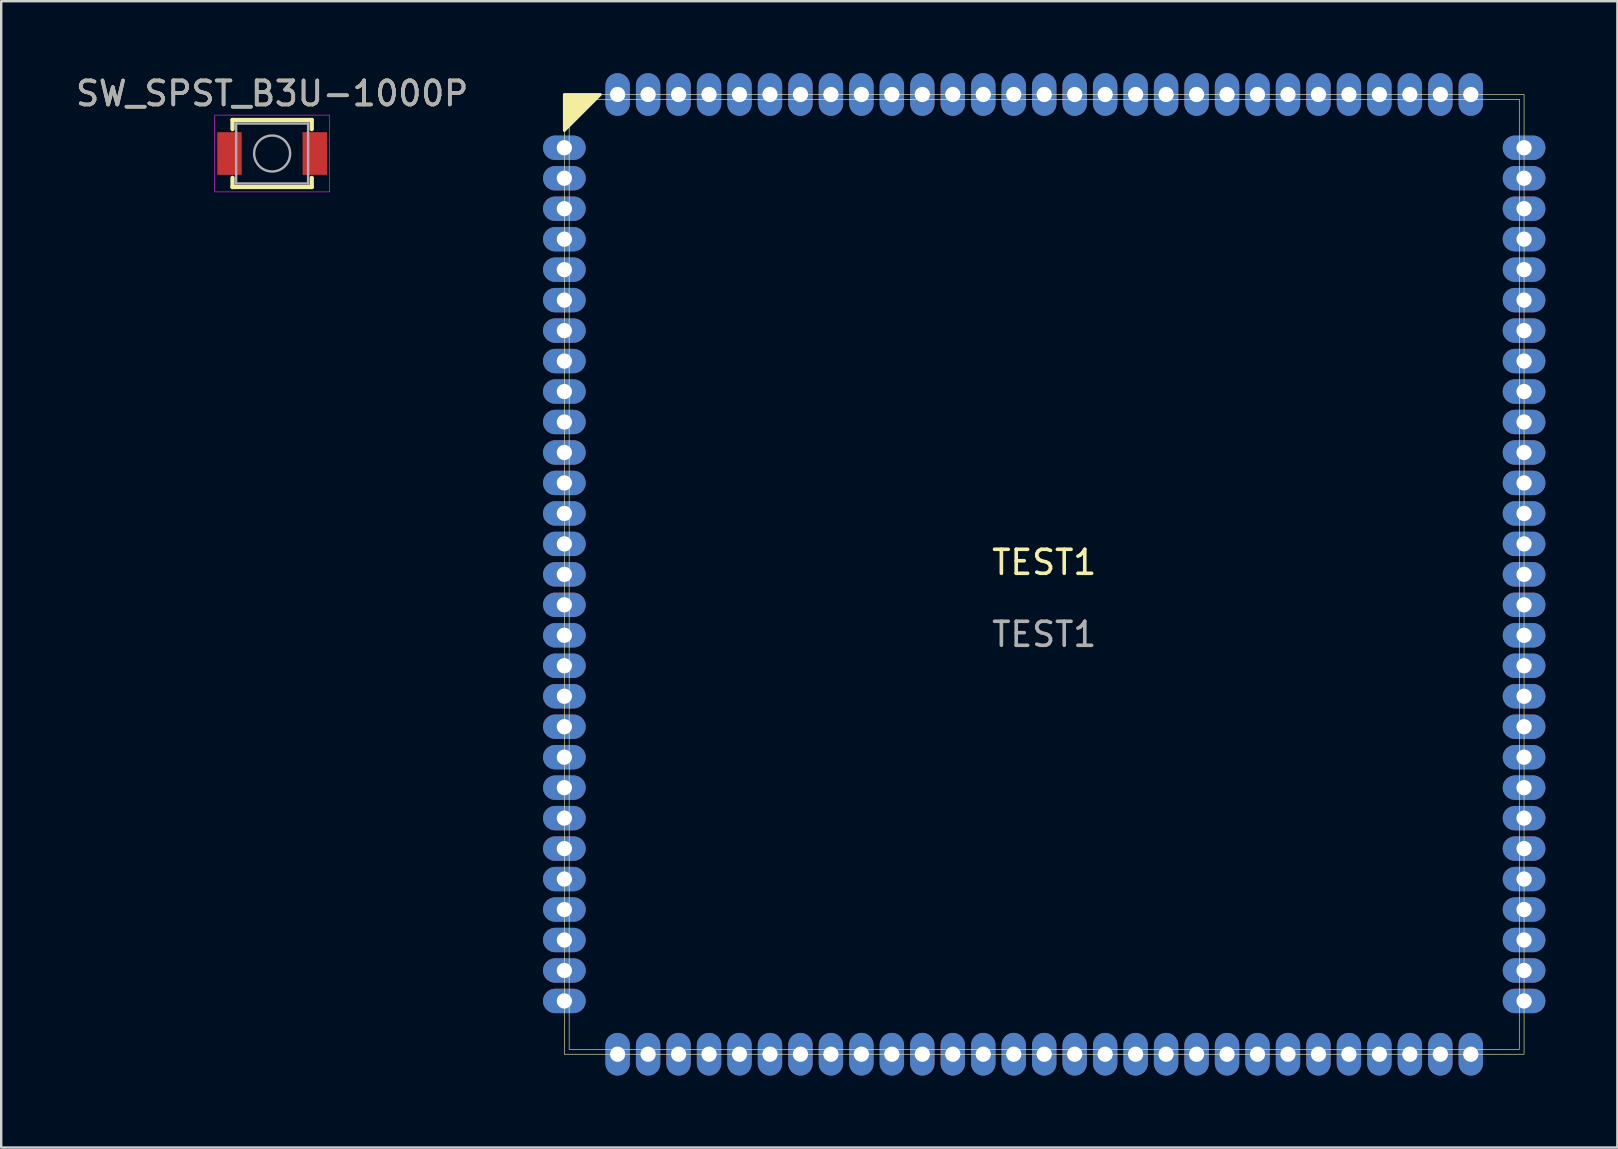
<source format=kicad_pcb>
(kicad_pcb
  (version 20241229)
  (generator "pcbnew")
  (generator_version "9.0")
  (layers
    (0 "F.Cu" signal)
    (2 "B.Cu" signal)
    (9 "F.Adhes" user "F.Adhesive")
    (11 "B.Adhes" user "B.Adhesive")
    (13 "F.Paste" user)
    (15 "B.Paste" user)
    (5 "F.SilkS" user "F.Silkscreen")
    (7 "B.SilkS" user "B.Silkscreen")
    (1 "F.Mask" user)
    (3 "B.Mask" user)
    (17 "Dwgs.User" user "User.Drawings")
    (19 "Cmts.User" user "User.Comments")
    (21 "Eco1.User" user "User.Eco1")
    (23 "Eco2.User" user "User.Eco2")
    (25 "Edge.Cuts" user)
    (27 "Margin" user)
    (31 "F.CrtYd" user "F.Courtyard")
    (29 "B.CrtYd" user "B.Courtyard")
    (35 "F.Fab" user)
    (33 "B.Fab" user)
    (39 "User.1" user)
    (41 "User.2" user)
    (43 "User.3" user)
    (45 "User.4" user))
  (footprint "SW_SPST_B3U-1000P"
    (layer "F.Cu")
    (at 8.292 3.348)
    (property "Reference" "SW_SPST_B3U-1000P" (at 0 -2.5 0) (layer "F.SilkS") (effects (font (size 1 1) (thickness 0.15))))
    (attr smd)
    (fp_line (start -1.651 -1.397) (end 1.651 -1.397) (stroke (width 0.178) (type solid)) (layer "F.SilkS"))
    (fp_line (start -1.651 -1.016) (end -1.651 -1.397) (stroke (width 0.178) (type solid)) (layer "F.SilkS"))
    (fp_line (start -1.651 1.397) (end -1.651 1.016) (stroke (width 0.178) (type solid)) (layer "F.SilkS"))
    (fp_line (start 1.651 -1.397) (end 1.651 -1.016) (stroke (width 0.178) (type solid)) (layer "F.SilkS"))
    (fp_line (start 1.651 1.016) (end 1.651 1.397) (stroke (width 0.178) (type solid)) (layer "F.SilkS"))
    (fp_line (start 1.651 1.397) (end -1.651 1.397) (stroke (width 0.178) (type solid)) (layer "F.SilkS"))
    (fp_rect (start -2.4 -1.6) (end 2.4 1.6) (stroke (width 0.025) (type solid)) (fill no) (layer "F.CrtYd"))
    (fp_line (start -1.5 -1.25) (end 1.5 -1.25) (stroke (width 0.1) (type solid)) (layer "F.Fab"))
    (fp_line (start -1.5 1.25) (end -1.5 -1.25) (stroke (width 0.1) (type solid)) (layer "F.Fab"))
    (fp_line (start 1.5 -1.25) (end 1.5 1.25) (stroke (width 0.1) (type solid)) (layer "F.Fab"))
    (fp_line (start 1.5 1.25) (end -1.5 1.25) (stroke (width 0.1) (type solid)) (layer "F.Fab"))
    (fp_circle (center 0 0) (end 0.75 0) (stroke (width 0.1) (type solid)) (fill no) (layer "F.Fab"))
    (fp_text user "${REFERENCE}" (at 0 -2.5 0) (layer "F.Fab") (effects (font (size 1 1) (thickness 0.15))))
    (pad "1" smd rect (at -1.778 0) (size 1.016 1.778) (layers "F.Cu" "F.Mask" "F.Paste"))
    (pad "2" smd rect (at 1.778 0) (size 1.016 1.778) (layers "F.Cu" "F.Mask" "F.Paste")))
  (footprint "TEST1"
    (layer "F.Cu")
    (at 40.472 20.889)
    (property "Reference" "TEST1" (at 0 -0.5 0) (unlocked yes) (layer "F.SilkS") (effects (font (size 1 1) (thickness 0.15))))
    (attr smd)
    (fp_rect (start -20 -20) (end 20 20) (stroke (width 0.025) (type solid)) (fill no) (layer "F.SilkS"))
    (fp_rect (start -19.8 -19.8) (end 19.8 19.8) (stroke (width 0.025) (type solid)) (fill no) (layer "F.SilkS"))
    (fp_poly (pts (xy -20 -18.5) (xy -20 -20) (xy -18.5 -20)) (stroke (width 0.12) (type solid)) (fill yes) (layer "F.SilkS"))
    (fp_text user "${REFERENCE}" (at 0 2.5 0) (unlocked yes) (layer "F.Fab") (effects (font (size 1 1) (thickness 0.15))))
    (pad "1" thru_hole oval (at -20 -17.78) (size 1.778 1.016) (drill 0.635) (layers "*.Cu" "*.Mask"))
    (pad "2" thru_hole oval (at -20 -16.51) (size 1.778 1.016) (drill 0.635) (layers "*.Cu" "*.Mask"))
    (pad "3" thru_hole oval (at -20 -15.24) (size 1.778 1.016) (drill 0.635) (layers "*.Cu" "*.Mask"))
    (pad "4" thru_hole oval (at -20 -13.97) (size 1.778 1.016) (drill 0.635) (layers "*.Cu" "*.Mask"))
    (pad "5" thru_hole oval (at -20 -12.7) (size 1.778 1.016) (drill 0.635) (layers "*.Cu" "*.Mask"))
    (pad "6" thru_hole oval (at -20 -11.43) (size 1.778 1.016) (drill 0.635) (layers "*.Cu" "*.Mask"))
    (pad "7" thru_hole oval (at -20 -10.16) (size 1.778 1.016) (drill 0.635) (layers "*.Cu" "*.Mask"))
    (pad "8" thru_hole oval (at -20 -8.89) (size 1.778 1.016) (drill 0.635) (layers "*.Cu" "*.Mask"))
    (pad "9" thru_hole oval (at -20 -7.62) (size 1.778 1.016) (drill 0.635) (layers "*.Cu" "*.Mask"))
    (pad "10" thru_hole oval (at -20 -6.35) (size 1.778 1.016) (drill 0.635) (layers "*.Cu" "*.Mask"))
    (pad "11" thru_hole oval (at -20 -5.08) (size 1.778 1.016) (drill 0.635) (layers "*.Cu" "*.Mask"))
    (pad "12" thru_hole oval (at -20 -3.81) (size 1.778 1.016) (drill 0.635) (layers "*.Cu" "*.Mask"))
    (pad "13" thru_hole oval (at -20 -2.54) (size 1.778 1.016) (drill 0.635) (layers "*.Cu" "*.Mask"))
    (pad "14" thru_hole oval (at -20 -1.27) (size 1.778 1.016) (drill 0.635) (layers "*.Cu" "*.Mask"))
    (pad "15" thru_hole oval (at -20 0) (size 1.778 1.016) (drill 0.635) (layers "*.Cu" "*.Mask"))
    (pad "16" thru_hole oval (at -20 1.27) (size 1.778 1.016) (drill 0.635) (layers "*.Cu" "*.Mask"))
    (pad "17" thru_hole oval (at -20 2.54) (size 1.778 1.016) (drill 0.635) (layers "*.Cu" "*.Mask"))
    (pad "18" thru_hole oval (at -20 3.81) (size 1.778 1.016) (drill 0.635) (layers "*.Cu" "*.Mask"))
    (pad "19" thru_hole oval (at -20 5.08) (size 1.778 1.016) (drill 0.635) (layers "*.Cu" "*.Mask"))
    (pad "20" thru_hole oval (at -20 6.35) (size 1.778 1.016) (drill 0.635) (layers "*.Cu" "*.Mask"))
    (pad "21" thru_hole oval (at -20 7.62) (size 1.778 1.016) (drill 0.635) (layers "*.Cu" "*.Mask"))
    (pad "22" thru_hole oval (at -20 8.89) (size 1.778 1.016) (drill 0.635) (layers "*.Cu" "*.Mask"))
    (pad "23" thru_hole oval (at -20 10.16) (size 1.778 1.016) (drill 0.635) (layers "*.Cu" "*.Mask"))
    (pad "24" thru_hole oval (at -20 11.43) (size 1.778 1.016) (drill 0.635) (layers "*.Cu" "*.Mask"))
    (pad "25" thru_hole oval (at -20 12.7) (size 1.778 1.016) (drill 0.635) (layers "*.Cu" "*.Mask"))
    (pad "26" thru_hole oval (at -20 13.97) (size 1.778 1.016) (drill 0.635) (layers "*.Cu" "*.Mask"))
    (pad "27" thru_hole oval (at -20 15.24) (size 1.778 1.016) (drill 0.635) (layers "*.Cu" "*.Mask"))
    (pad "28" thru_hole oval (at -20 16.51) (size 1.778 1.016) (drill 0.635) (layers "*.Cu" "*.Mask"))
    (pad "29" thru_hole oval (at -20 17.78) (size 1.778 1.016) (drill 0.635) (layers "*.Cu" "*.Mask"))
    (pad "30" thru_hole oval (at -17.78 20 90) (size 1.778 1.016) (drill 0.635) (layers "*.Cu" "*.Mask"))
    (pad "31" thru_hole oval (at -16.51 20 90) (size 1.778 1.016) (drill 0.635) (layers "*.Cu" "*.Mask"))
    (pad "32" thru_hole oval (at -15.24 20 90) (size 1.778 1.016) (drill 0.635) (layers "*.Cu" "*.Mask"))
    (pad "33" thru_hole oval (at -13.97 20 90) (size 1.778 1.016) (drill 0.635) (layers "*.Cu" "*.Mask"))
    (pad "34" thru_hole oval (at -12.7 20 90) (size 1.778 1.016) (drill 0.635) (layers "*.Cu" "*.Mask"))
    (pad "35" thru_hole oval (at -11.43 20 90) (size 1.778 1.016) (drill 0.635) (layers "*.Cu" "*.Mask"))
    (pad "36" thru_hole oval (at -10.16 20 90) (size 1.778 1.016) (drill 0.635) (layers "*.Cu" "*.Mask"))
    (pad "37" thru_hole oval (at -8.89 20 90) (size 1.778 1.016) (drill 0.635) (layers "*.Cu" "*.Mask"))
    (pad "38" thru_hole oval (at -7.62 20 90) (size 1.778 1.016) (drill 0.635) (layers "*.Cu" "*.Mask"))
    (pad "39" thru_hole oval (at -6.35 20 90) (size 1.778 1.016) (drill 0.635) (layers "*.Cu" "*.Mask"))
    (pad "40" thru_hole oval (at -5.08 20 90) (size 1.778 1.016) (drill 0.635) (layers "*.Cu" "*.Mask"))
    (pad "41" thru_hole oval (at -3.81 20 90) (size 1.778 1.016) (drill 0.635) (layers "*.Cu" "*.Mask"))
    (pad "42" thru_hole oval (at -2.54 20 90) (size 1.778 1.016) (drill 0.635) (layers "*.Cu" "*.Mask"))
    (pad "43" thru_hole oval (at -1.27 20 90) (size 1.778 1.016) (drill 0.635) (layers "*.Cu" "*.Mask"))
    (pad "44" thru_hole oval (at 0 20 90) (size 1.778 1.016) (drill 0.635) (layers "*.Cu" "*.Mask"))
    (pad "45" thru_hole oval (at 1.27 20 90) (size 1.778 1.016) (drill 0.635) (layers "*.Cu" "*.Mask"))
    (pad "46" thru_hole oval (at 2.54 20 90) (size 1.778 1.016) (drill 0.635) (layers "*.Cu" "*.Mask"))
    (pad "47" thru_hole oval (at 3.81 20 90) (size 1.778 1.016) (drill 0.635) (layers "*.Cu" "*.Mask"))
    (pad "48" thru_hole oval (at 5.08 20 90) (size 1.778 1.016) (drill 0.635) (layers "*.Cu" "*.Mask"))
    (pad "49" thru_hole oval (at 6.35 20 90) (size 1.778 1.016) (drill 0.635) (layers "*.Cu" "*.Mask"))
    (pad "50" thru_hole oval (at 7.62 20 90) (size 1.778 1.016) (drill 0.635) (layers "*.Cu" "*.Mask"))
    (pad "51" thru_hole oval (at 8.89 20 90) (size 1.778 1.016) (drill 0.635) (layers "*.Cu" "*.Mask"))
    (pad "52" thru_hole oval (at 10.16 20 90) (size 1.778 1.016) (drill 0.635) (layers "*.Cu" "*.Mask"))
    (pad "53" thru_hole oval (at 11.43 20 90) (size 1.778 1.016) (drill 0.635) (layers "*.Cu" "*.Mask"))
    (pad "54" thru_hole oval (at 12.7 20 90) (size 1.778 1.016) (drill 0.635) (layers "*.Cu" "*.Mask"))
    (pad "55" thru_hole oval (at 13.97 20 90) (size 1.778 1.016) (drill 0.635) (layers "*.Cu" "*.Mask"))
    (pad "56" thru_hole oval (at 15.24 20 90) (size 1.778 1.016) (drill 0.635) (layers "*.Cu" "*.Mask"))
    (pad "57" thru_hole oval (at 16.51 20 90) (size 1.778 1.016) (drill 0.635) (layers "*.Cu" "*.Mask"))
    (pad "58" thru_hole oval (at 17.78 20 90) (size 1.778 1.016) (drill 0.635) (layers "*.Cu" "*.Mask"))
    (pad "59" thru_hole oval (at 20 17.78) (size 1.778 1.016) (drill 0.635) (layers "*.Cu" "*.Mask"))
    (pad "60" thru_hole oval (at 20 16.51) (size 1.778 1.016) (drill 0.635) (layers "*.Cu" "*.Mask"))
    (pad "61" thru_hole oval (at 20 15.24) (size 1.778 1.016) (drill 0.635) (layers "*.Cu" "*.Mask"))
    (pad "62" thru_hole oval (at 20 13.97) (size 1.778 1.016) (drill 0.635) (layers "*.Cu" "*.Mask"))
    (pad "63" thru_hole oval (at 20 12.7) (size 1.778 1.016) (drill 0.635) (layers "*.Cu" "*.Mask"))
    (pad "64" thru_hole oval (at 20 11.43) (size 1.778 1.016) (drill 0.635) (layers "*.Cu" "*.Mask"))
    (pad "65" thru_hole oval (at 20 10.16) (size 1.778 1.016) (drill 0.635) (layers "*.Cu" "*.Mask"))
    (pad "66" thru_hole oval (at 20 8.89) (size 1.778 1.016) (drill 0.635) (layers "*.Cu" "*.Mask"))
    (pad "67" thru_hole oval (at 20 7.62) (size 1.778 1.016) (drill 0.635) (layers "*.Cu" "*.Mask"))
    (pad "68" thru_hole oval (at 20 6.35) (size 1.778 1.016) (drill 0.635) (layers "*.Cu" "*.Mask"))
    (pad "69" thru_hole oval (at 20 5.08) (size 1.778 1.016) (drill 0.635) (layers "*.Cu" "*.Mask"))
    (pad "70" thru_hole oval (at 20 3.81) (size 1.778 1.016) (drill 0.635) (layers "*.Cu" "*.Mask"))
    (pad "71" thru_hole oval (at 20 2.54) (size 1.778 1.016) (drill 0.635) (layers "*.Cu" "*.Mask"))
    (pad "72" thru_hole oval (at 20 1.27) (size 1.778 1.016) (drill 0.635) (layers "*.Cu" "*.Mask"))
    (pad "73" thru_hole oval (at 20 0) (size 1.778 1.016) (drill 0.635) (layers "*.Cu" "*.Mask"))
    (pad "74" thru_hole oval (at 20 -1.27) (size 1.778 1.016) (drill 0.635) (layers "*.Cu" "*.Mask"))
    (pad "75" thru_hole oval (at 20 -2.54) (size 1.778 1.016) (drill 0.635) (layers "*.Cu" "*.Mask"))
    (pad "76" thru_hole oval (at 20 -3.81) (size 1.778 1.016) (drill 0.635) (layers "*.Cu" "*.Mask"))
    (pad "77" thru_hole oval (at 20 -5.08) (size 1.778 1.016) (drill 0.635) (layers "*.Cu" "*.Mask"))
    (pad "78" thru_hole oval (at 20 -6.35) (size 1.778 1.016) (drill 0.635) (layers "*.Cu" "*.Mask"))
    (pad "79" thru_hole oval (at 20 -7.62) (size 1.778 1.016) (drill 0.635) (layers "*.Cu" "*.Mask"))
    (pad "80" thru_hole oval (at 20 -8.89) (size 1.778 1.016) (drill 0.635) (layers "*.Cu" "*.Mask"))
    (pad "81" thru_hole oval (at 20 -10.16) (size 1.778 1.016) (drill 0.635) (layers "*.Cu" "*.Mask"))
    (pad "82" thru_hole oval (at 20 -11.43) (size 1.778 1.016) (drill 0.635) (layers "*.Cu" "*.Mask"))
    (pad "83" thru_hole oval (at 20 -12.7) (size 1.778 1.016) (drill 0.635) (layers "*.Cu" "*.Mask"))
    (pad "84" thru_hole oval (at 20 -13.97) (size 1.778 1.016) (drill 0.635) (layers "*.Cu" "*.Mask"))
    (pad "85" thru_hole oval (at 20 -15.24) (size 1.778 1.016) (drill 0.635) (layers "*.Cu" "*.Mask"))
    (pad "86" thru_hole oval (at 20 -16.51) (size 1.778 1.016) (drill 0.635) (layers "*.Cu" "*.Mask"))
    (pad "87" thru_hole oval (at 20 -17.78) (size 1.778 1.016) (drill 0.635) (layers "*.Cu" "*.Mask"))
    (pad "88" thru_hole oval (at 17.78 -20 90) (size 1.778 1.016) (drill 0.635) (layers "*.Cu" "*.Mask"))
    (pad "89" thru_hole oval (at 16.51 -20 90) (size 1.778 1.016) (drill 0.635) (layers "*.Cu" "*.Mask"))
    (pad "90" thru_hole oval (at 15.24 -20 90) (size 1.778 1.016) (drill 0.635) (layers "*.Cu" "*.Mask"))
    (pad "91" thru_hole oval (at 13.97 -20 90) (size 1.778 1.016) (drill 0.635) (layers "*.Cu" "*.Mask"))
    (pad "92" thru_hole oval (at 12.7 -20 90) (size 1.778 1.016) (drill 0.635) (layers "*.Cu" "*.Mask"))
    (pad "93" thru_hole oval (at 11.43 -20 90) (size 1.778 1.016) (drill 0.635) (layers "*.Cu" "*.Mask"))
    (pad "94" thru_hole oval (at 10.16 -20 90) (size 1.778 1.016) (drill 0.635) (layers "*.Cu" "*.Mask"))
    (pad "95" thru_hole oval (at 8.89 -20 90) (size 1.778 1.016) (drill 0.635) (layers "*.Cu" "*.Mask"))
    (pad "96" thru_hole oval (at 7.62 -20 90) (size 1.778 1.016) (drill 0.635) (layers "*.Cu" "*.Mask"))
    (pad "97" thru_hole oval (at 6.35 -20 90) (size 1.778 1.016) (drill 0.635) (layers "*.Cu" "*.Mask"))
    (pad "98" thru_hole oval (at 5.08 -20 90) (size 1.778 1.016) (drill 0.635) (layers "*.Cu" "*.Mask"))
    (pad "99" thru_hole oval (at 3.81 -20 90) (size 1.778 1.016) (drill 0.635) (layers "*.Cu" "*.Mask"))
    (pad "100" thru_hole oval (at 2.54 -20 90) (size 1.778 1.016) (drill 0.635) (layers "*.Cu" "*.Mask"))
    (pad "101" thru_hole oval (at 1.27 -20 90) (size 1.778 1.016) (drill 0.635) (layers "*.Cu" "*.Mask"))
    (pad "102" thru_hole oval (at 0 -20 90) (size 1.778 1.016) (drill 0.635) (layers "*.Cu" "*.Mask"))
    (pad "103" thru_hole oval (at -1.27 -20 90) (size 1.778 1.016) (drill 0.635) (layers "*.Cu" "*.Mask"))
    (pad "104" thru_hole oval (at -2.54 -20 90) (size 1.778 1.016) (drill 0.635) (layers "*.Cu" "*.Mask"))
    (pad "105" thru_hole oval (at -3.81 -20 90) (size 1.778 1.016) (drill 0.635) (layers "*.Cu" "*.Mask"))
    (pad "106" thru_hole oval (at -5.08 -20 90) (size 1.778 1.016) (drill 0.635) (layers "*.Cu" "*.Mask"))
    (pad "107" thru_hole oval (at -6.35 -20 90) (size 1.778 1.016) (drill 0.635) (layers "*.Cu" "*.Mask"))
    (pad "108" thru_hole oval (at -7.62 -20 90) (size 1.778 1.016) (drill 0.635) (layers "*.Cu" "*.Mask"))
    (pad "109" thru_hole oval (at -8.89 -20 90) (size 1.778 1.016) (drill 0.635) (layers "*.Cu" "*.Mask"))
    (pad "110" thru_hole oval (at -10.16 -20 90) (size 1.778 1.016) (drill 0.635) (layers "*.Cu" "*.Mask"))
    (pad "111" thru_hole oval (at -11.43 -20 90) (size 1.778 1.016) (drill 0.635) (layers "*.Cu" "*.Mask"))
    (pad "112" thru_hole oval (at -12.7 -20 90) (size 1.778 1.016) (drill 0.635) (layers "*.Cu" "*.Mask"))
    (pad "113" thru_hole oval (at -13.97 -20 90) (size 1.778 1.016) (drill 0.635) (layers "*.Cu" "*.Mask"))
    (pad "114" thru_hole oval (at -15.24 -20 90) (size 1.778 1.016) (drill 0.635) (layers "*.Cu" "*.Mask"))
    (pad "115" thru_hole oval (at -16.51 -20 90) (size 1.778 1.016) (drill 0.635) (layers "*.Cu" "*.Mask"))
    (pad "116" thru_hole oval (at -17.78 -20 90) (size 1.778 1.016) (drill 0.635) (layers "*.Cu" "*.Mask")))
  (gr_rect
    (start -3 -3)
    (end 64.361 44.778)
    (stroke (width 0.1) (type default))
    (fill no)
    (layer "Edge.Cuts")))
</source>
